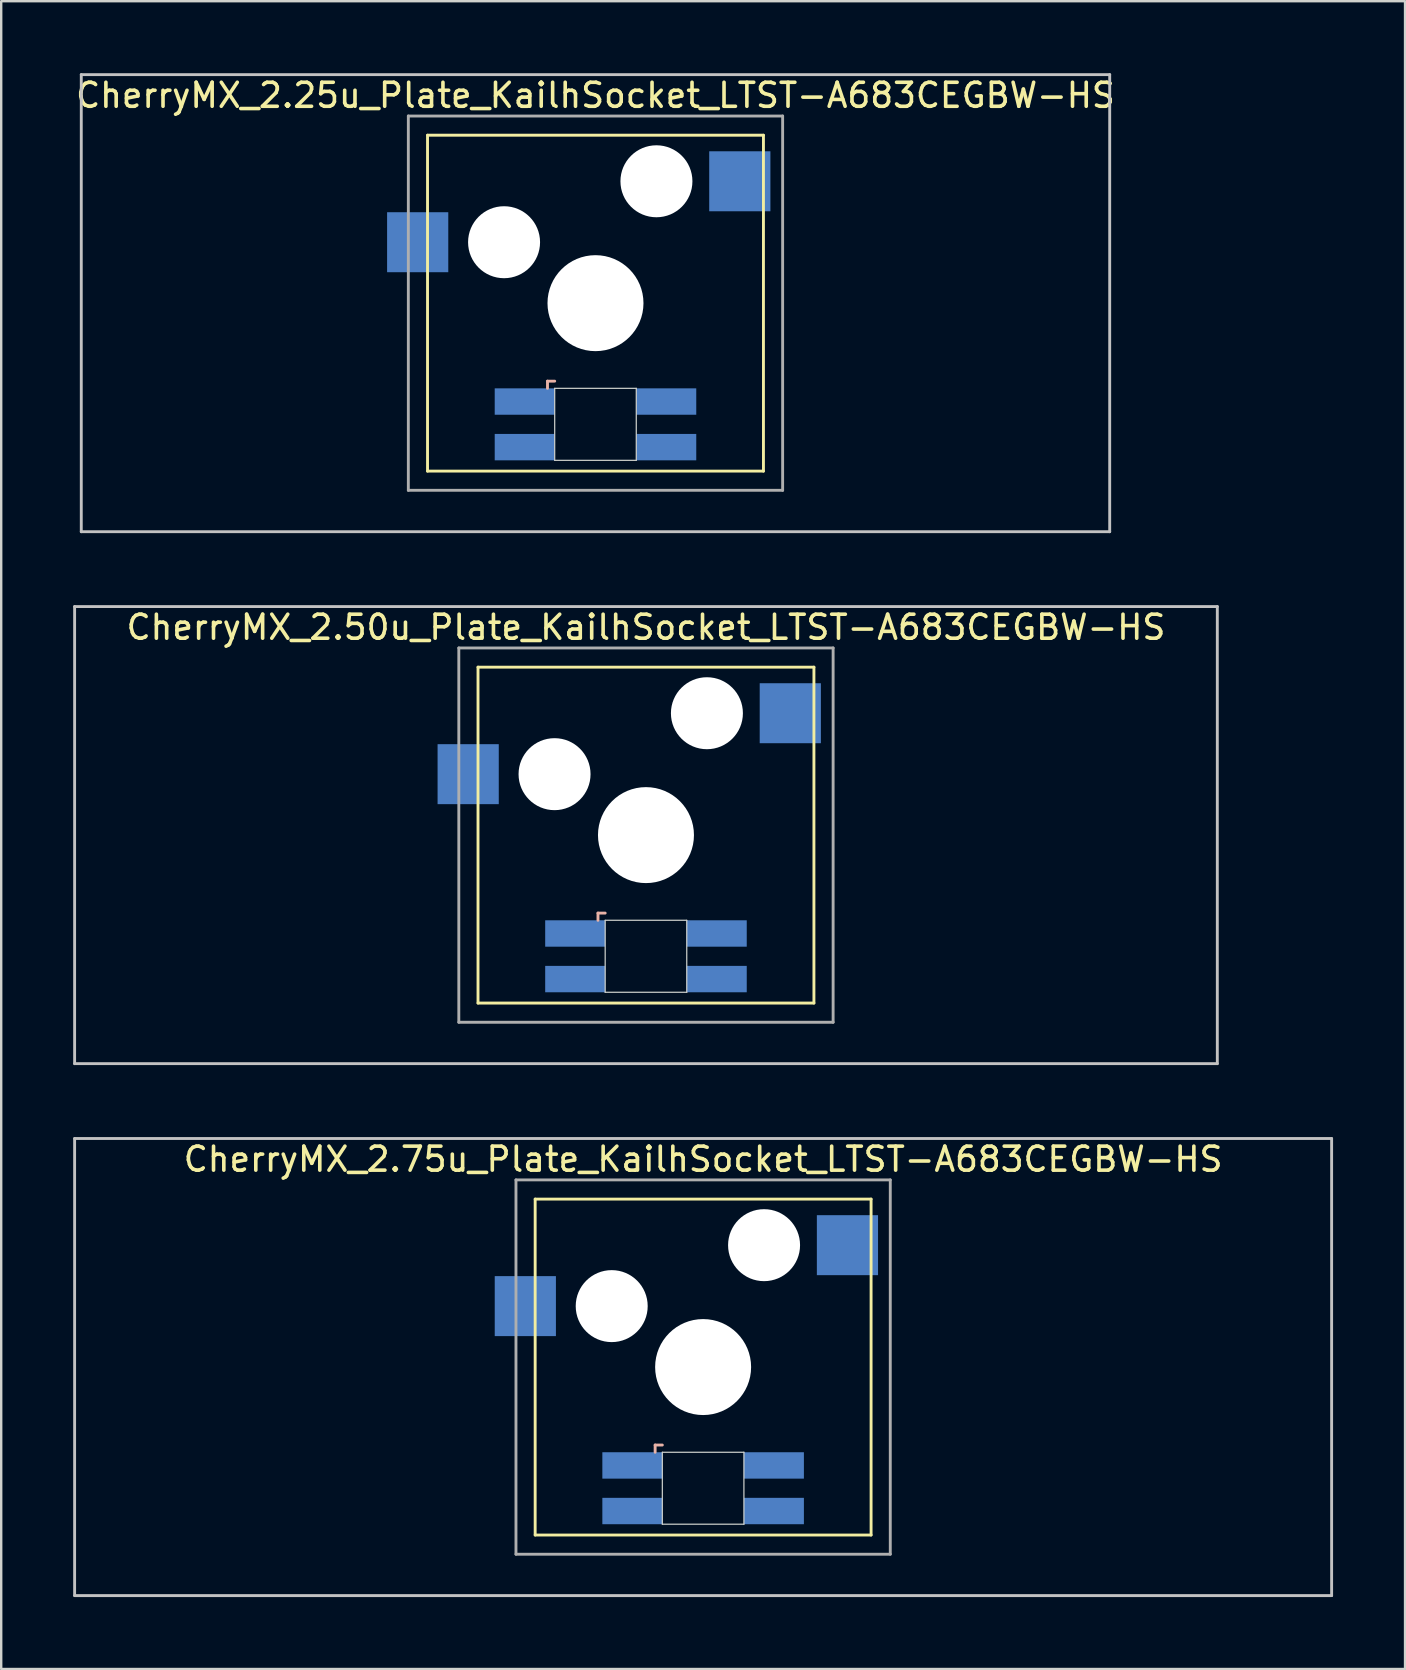
<source format=kicad_pcb>
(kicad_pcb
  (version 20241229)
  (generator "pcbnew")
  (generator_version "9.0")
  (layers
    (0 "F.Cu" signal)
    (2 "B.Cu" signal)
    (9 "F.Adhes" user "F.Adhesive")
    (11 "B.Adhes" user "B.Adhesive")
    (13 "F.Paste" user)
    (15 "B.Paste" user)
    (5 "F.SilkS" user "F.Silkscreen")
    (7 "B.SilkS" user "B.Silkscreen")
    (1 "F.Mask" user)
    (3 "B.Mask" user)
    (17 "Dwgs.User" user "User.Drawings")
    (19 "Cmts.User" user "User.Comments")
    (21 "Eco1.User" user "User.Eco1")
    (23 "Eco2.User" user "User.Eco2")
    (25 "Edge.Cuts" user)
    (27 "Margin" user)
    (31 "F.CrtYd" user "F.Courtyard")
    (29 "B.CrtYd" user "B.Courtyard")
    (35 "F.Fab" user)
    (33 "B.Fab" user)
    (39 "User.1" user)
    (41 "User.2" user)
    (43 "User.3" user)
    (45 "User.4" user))
  (footprint "CherryMX_2.50u_Plate_KailhSocket_LTST-A683CEGBW-HS"
    (layer "F.Cu")
    (at 23.872 31.755)
    (property "Reference" "CherryMX_2.50u_Plate_KailhSocket_LTST-A683CEGBW-HS" (at 0 -8.662 0) (layer "F.SilkS") (effects (font (size 1 1) (thickness 0.15))))
    (attr through_hole)
    (fp_line (start -7 -7) (end -7 7) (stroke (width 0.12) (type solid)) (layer "F.SilkS"))
    (fp_line (start -7 -7) (end 7 -7) (stroke (width 0.12) (type solid)) (layer "F.SilkS"))
    (fp_line (start 7 -7) (end 7 7) (stroke (width 0.12) (type solid)) (layer "F.SilkS"))
    (fp_line (start 7 7) (end -7 7) (stroke (width 0.12) (type solid)) (layer "F.SilkS"))
    (fp_line (start -2 3.25) (end -2 3.55) (stroke (width 0.12) (type solid)) (layer "B.SilkS"))
    (fp_line (start -1.7 3.25) (end -2 3.25) (stroke (width 0.12) (type solid)) (layer "B.SilkS"))
    (fp_line (start -23.812 -9.525) (end 23.812 -9.525) (stroke (width 0.12) (type solid)) (layer "Dwgs.User"))
    (fp_line (start -23.812 9.525) (end -23.812 -9.525) (stroke (width 0.12) (type solid)) (layer "Dwgs.User"))
    (fp_line (start 23.812 -9.525) (end 23.812 9.525) (stroke (width 0.12) (type solid)) (layer "Dwgs.User"))
    (fp_line (start 23.812 9.525) (end -23.812 9.525) (stroke (width 0.12) (type solid)) (layer "Dwgs.User"))
    (fp_line (start -1.7 3.55) (end 1.7 3.55) (stroke (width 0.05) (type solid)) (layer "Edge.Cuts"))
    (fp_line (start -1.7 6.55) (end -1.7 3.55) (stroke (width 0.05) (type solid)) (layer "Edge.Cuts"))
    (fp_line (start 1.7 3.55) (end 1.7 6.55) (stroke (width 0.05) (type solid)) (layer "Edge.Cuts"))
    (fp_line (start 1.7 6.55) (end -1.7 6.55) (stroke (width 0.05) (type solid)) (layer "Edge.Cuts"))
    (fp_line (start -7.8 -7.8) (end -7.8 7.8) (stroke (width 0.12) (type solid)) (layer "F.Fab"))
    (fp_line (start -7.8 -7.8) (end 7.8 -7.8) (stroke (width 0.12) (type solid)) (layer "F.Fab"))
    (fp_line (start -7.8 7.8) (end 7.8 7.8) (stroke (width 0.12) (type solid)) (layer "F.Fab"))
    (fp_line (start 7.8 -7.8) (end 7.8 7.8) (stroke (width 0.12) (type solid)) (layer "F.Fab"))
    (pad "" np_thru_hole circle (at -3.81 -2.54) (size 3 3) (drill 3) (layers "*.Cu" "*.Mask"))
    (pad "" np_thru_hole circle (at 0 0) (size 4 4) (drill 4) (layers "*.Cu" "*.Mask"))
    (pad "" np_thru_hole circle (at 2.54 -5.08) (size 3 3) (drill 3) (layers "*.Cu" "*.Mask"))
    (pad "1" smd rect (at -7.41 -2.54) (size 2.55 2.5) (layers "B.Cu" "B.Mask" "B.Paste"))
    (pad "2" smd rect (at 6.015 -5.08) (size 2.55 2.5) (layers "B.Cu" "B.Mask" "B.Paste"))
    (pad "3" smd rect (at -2.95 4.1) (size 2.5 1.1) (layers "B.Cu" "B.Mask" "B.Paste"))
    (pad "4" smd rect (at -2.95 6) (size 2.5 1.1) (layers "B.Cu" "B.Mask" "B.Paste"))
    (pad "5" smd rect (at 2.95 4.1) (size 2.5 1.1) (layers "B.Cu" "B.Mask" "B.Paste"))
    (pad "6" smd rect (at 2.95 6) (size 2.5 1.1) (layers "B.Cu" "B.Mask" "B.Paste")))
  (footprint "CherryMX_2.25u_Plate_KailhSocket_LTST-A683CEGBW-HS"
    (layer "F.Cu")
    (at 21.768 9.585)
    (property "Reference" "CherryMX_2.25u_Plate_KailhSocket_LTST-A683CEGBW-HS" (at 0 -8.662 0) (layer "F.SilkS") (effects (font (size 1 1) (thickness 0.15))))
    (attr through_hole)
    (fp_line (start -7 -7) (end -7 7) (stroke (width 0.12) (type solid)) (layer "F.SilkS"))
    (fp_line (start -7 -7) (end 7 -7) (stroke (width 0.12) (type solid)) (layer "F.SilkS"))
    (fp_line (start 7 -7) (end 7 7) (stroke (width 0.12) (type solid)) (layer "F.SilkS"))
    (fp_line (start 7 7) (end -7 7) (stroke (width 0.12) (type solid)) (layer "F.SilkS"))
    (fp_line (start -2 3.25) (end -2 3.55) (stroke (width 0.12) (type solid)) (layer "B.SilkS"))
    (fp_line (start -1.7 3.25) (end -2 3.25) (stroke (width 0.12) (type solid)) (layer "B.SilkS"))
    (fp_line (start -21.431 -9.525) (end 21.431 -9.525) (stroke (width 0.12) (type solid)) (layer "Dwgs.User"))
    (fp_line (start -21.431 9.525) (end -21.431 -9.525) (stroke (width 0.12) (type solid)) (layer "Dwgs.User"))
    (fp_line (start 21.431 -9.525) (end 21.431 9.525) (stroke (width 0.12) (type solid)) (layer "Dwgs.User"))
    (fp_line (start 21.431 9.525) (end -21.431 9.525) (stroke (width 0.12) (type solid)) (layer "Dwgs.User"))
    (fp_line (start -1.7 3.55) (end 1.7 3.55) (stroke (width 0.05) (type solid)) (layer "Edge.Cuts"))
    (fp_line (start -1.7 6.55) (end -1.7 3.55) (stroke (width 0.05) (type solid)) (layer "Edge.Cuts"))
    (fp_line (start 1.7 3.55) (end 1.7 6.55) (stroke (width 0.05) (type solid)) (layer "Edge.Cuts"))
    (fp_line (start 1.7 6.55) (end -1.7 6.55) (stroke (width 0.05) (type solid)) (layer "Edge.Cuts"))
    (fp_line (start -7.8 -7.8) (end -7.8 7.8) (stroke (width 0.12) (type solid)) (layer "F.Fab"))
    (fp_line (start -7.8 -7.8) (end 7.8 -7.8) (stroke (width 0.12) (type solid)) (layer "F.Fab"))
    (fp_line (start -7.8 7.8) (end 7.8 7.8) (stroke (width 0.12) (type solid)) (layer "F.Fab"))
    (fp_line (start 7.8 -7.8) (end 7.8 7.8) (stroke (width 0.12) (type solid)) (layer "F.Fab"))
    (pad "" np_thru_hole circle (at -3.81 -2.54) (size 3 3) (drill 3) (layers "*.Cu" "*.Mask"))
    (pad "" np_thru_hole circle (at 0 0) (size 4 4) (drill 4) (layers "*.Cu" "*.Mask"))
    (pad "" np_thru_hole circle (at 2.54 -5.08) (size 3 3) (drill 3) (layers "*.Cu" "*.Mask"))
    (pad "1" smd rect (at -7.41 -2.54) (size 2.55 2.5) (layers "B.Cu" "B.Mask" "B.Paste"))
    (pad "2" smd rect (at 6.015 -5.08) (size 2.55 2.5) (layers "B.Cu" "B.Mask" "B.Paste"))
    (pad "3" smd rect (at -2.95 4.1) (size 2.5 1.1) (layers "B.Cu" "B.Mask" "B.Paste"))
    (pad "4" smd rect (at -2.95 6) (size 2.5 1.1) (layers "B.Cu" "B.Mask" "B.Paste"))
    (pad "5" smd rect (at 2.95 4.1) (size 2.5 1.1) (layers "B.Cu" "B.Mask" "B.Paste"))
    (pad "6" smd rect (at 2.95 6) (size 2.5 1.1) (layers "B.Cu" "B.Mask" "B.Paste")))
  (footprint "CherryMX_2.75u_Plate_KailhSocket_LTST-A683CEGBW-HS"
    (layer "F.Cu")
    (at 26.254 53.925)
    (property "Reference" "CherryMX_2.75u_Plate_KailhSocket_LTST-A683CEGBW-HS" (at 0 -8.662 0) (layer "F.SilkS") (effects (font (size 1 1) (thickness 0.15))))
    (attr through_hole)
    (fp_line (start -7 -7) (end -7 7) (stroke (width 0.12) (type solid)) (layer "F.SilkS"))
    (fp_line (start -7 -7) (end 7 -7) (stroke (width 0.12) (type solid)) (layer "F.SilkS"))
    (fp_line (start 7 -7) (end 7 7) (stroke (width 0.12) (type solid)) (layer "F.SilkS"))
    (fp_line (start 7 7) (end -7 7) (stroke (width 0.12) (type solid)) (layer "F.SilkS"))
    (fp_line (start -2 3.25) (end -2 3.55) (stroke (width 0.12) (type solid)) (layer "B.SilkS"))
    (fp_line (start -1.7 3.25) (end -2 3.25) (stroke (width 0.12) (type solid)) (layer "B.SilkS"))
    (fp_line (start -26.194 -9.525) (end 26.194 -9.525) (stroke (width 0.12) (type solid)) (layer "Dwgs.User"))
    (fp_line (start -26.194 9.525) (end -26.194 -9.525) (stroke (width 0.12) (type solid)) (layer "Dwgs.User"))
    (fp_line (start 26.194 -9.525) (end 26.194 9.525) (stroke (width 0.12) (type solid)) (layer "Dwgs.User"))
    (fp_line (start 26.194 9.525) (end -26.194 9.525) (stroke (width 0.12) (type solid)) (layer "Dwgs.User"))
    (fp_line (start -1.7 3.55) (end 1.7 3.55) (stroke (width 0.05) (type solid)) (layer "Edge.Cuts"))
    (fp_line (start -1.7 6.55) (end -1.7 3.55) (stroke (width 0.05) (type solid)) (layer "Edge.Cuts"))
    (fp_line (start 1.7 3.55) (end 1.7 6.55) (stroke (width 0.05) (type solid)) (layer "Edge.Cuts"))
    (fp_line (start 1.7 6.55) (end -1.7 6.55) (stroke (width 0.05) (type solid)) (layer "Edge.Cuts"))
    (fp_line (start -7.8 -7.8) (end -7.8 7.8) (stroke (width 0.12) (type solid)) (layer "F.Fab"))
    (fp_line (start -7.8 -7.8) (end 7.8 -7.8) (stroke (width 0.12) (type solid)) (layer "F.Fab"))
    (fp_line (start -7.8 7.8) (end 7.8 7.8) (stroke (width 0.12) (type solid)) (layer "F.Fab"))
    (fp_line (start 7.8 -7.8) (end 7.8 7.8) (stroke (width 0.12) (type solid)) (layer "F.Fab"))
    (pad "" np_thru_hole circle (at -3.81 -2.54) (size 3 3) (drill 3) (layers "*.Cu" "*.Mask"))
    (pad "" np_thru_hole circle (at 0 0) (size 4 4) (drill 4) (layers "*.Cu" "*.Mask"))
    (pad "" np_thru_hole circle (at 2.54 -5.08) (size 3 3) (drill 3) (layers "*.Cu" "*.Mask"))
    (pad "1" smd rect (at -7.41 -2.54) (size 2.55 2.5) (layers "B.Cu" "B.Mask" "B.Paste"))
    (pad "2" smd rect (at 6.015 -5.08) (size 2.55 2.5) (layers "B.Cu" "B.Mask" "B.Paste"))
    (pad "3" smd rect (at -2.95 4.1) (size 2.5 1.1) (layers "B.Cu" "B.Mask" "B.Paste"))
    (pad "4" smd rect (at -2.95 6) (size 2.5 1.1) (layers "B.Cu" "B.Mask" "B.Paste"))
    (pad "5" smd rect (at 2.95 4.1) (size 2.5 1.1) (layers "B.Cu" "B.Mask" "B.Paste"))
    (pad "6" smd rect (at 2.95 6) (size 2.5 1.1) (layers "B.Cu" "B.Mask" "B.Paste")))
  (gr_rect
    (start -3 -3)
    (end 55.508 66.51)
    (stroke (width 0.1) (type default))
    (fill no)
    (layer "Edge.Cuts")))
</source>
